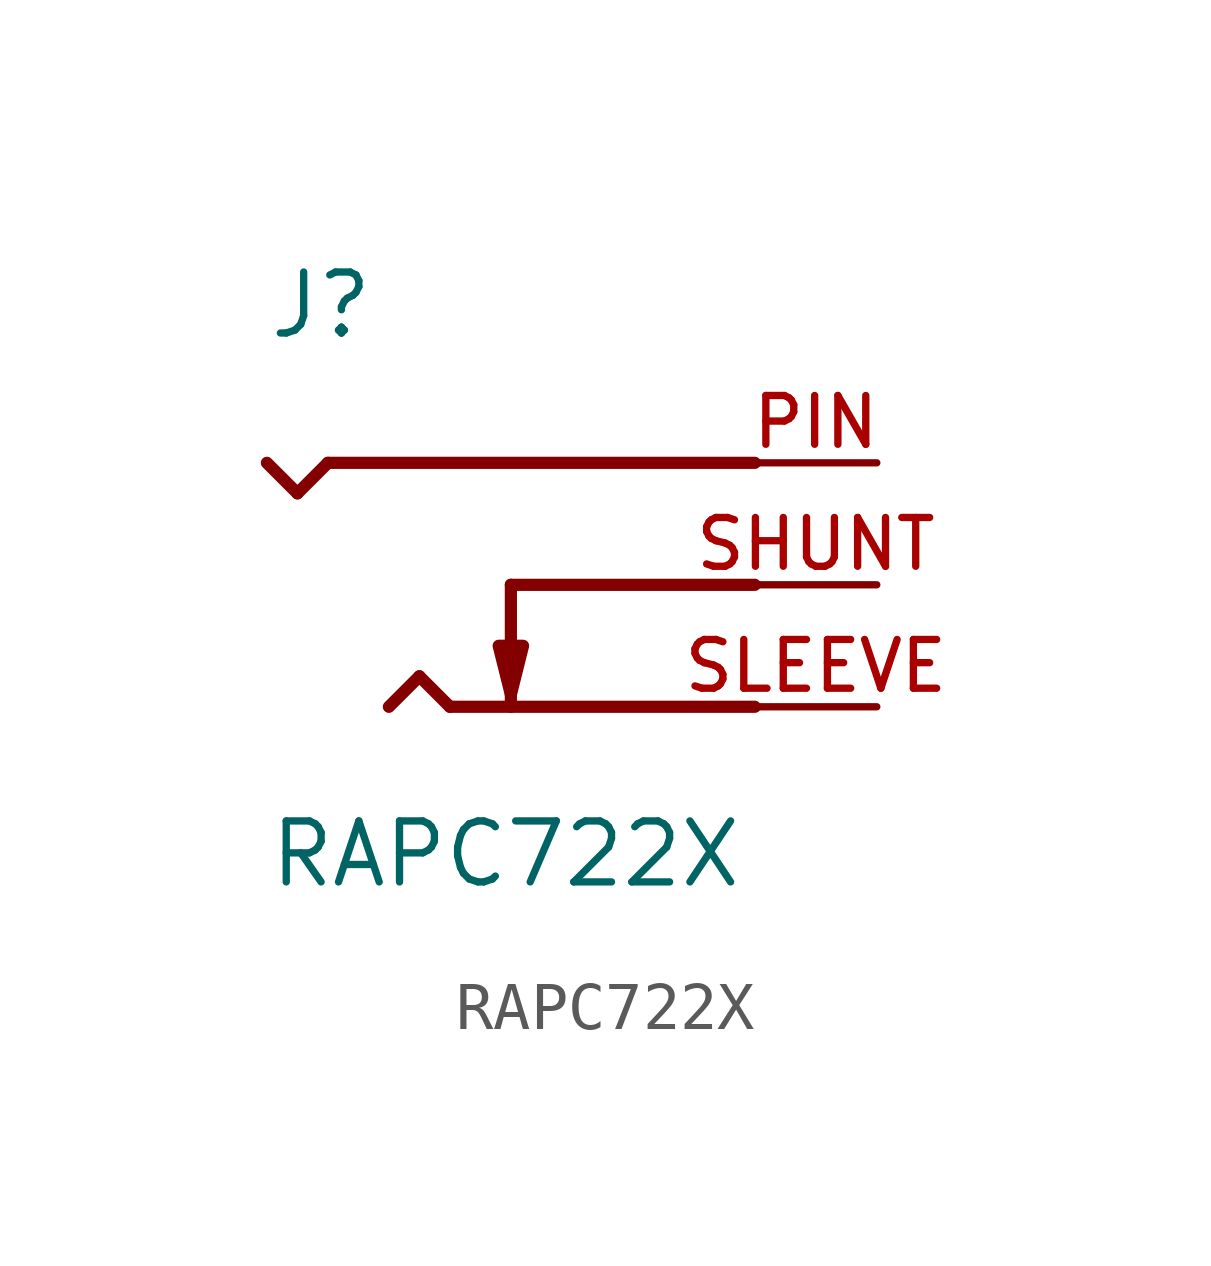
<source format=kicad_sym>
(kicad_symbol_lib
  (version 20241209)
  (generator "kicad_symbol_editor")
  (generator_version "9.0")
  (symbol "RAPC722X"
    (pin_names
      (offset 1.016))
    (property "Reference" "J"
      (at -5.08 5.08 0)
      (effects (font (size 1.27 1.27)) (justify left bottom)))
    (property "Value" "RAPC722X"
      (at -5.08 -6.35 0)
      (effects (font (size 1.27 1.27)) (justify left bottom)))
    (symbol "RAPC722X_0_0"
      (polyline (pts (xy -4.445 1.905) (xy -5.08 2.54)) (stroke (width 0.254) (type default)) (fill (type none)))
      (polyline (pts (xy -3.81 2.54) (xy -4.445 1.905)) (stroke (width 0.254) (type default)) (fill (type none)))
      (polyline (pts (xy -1.905 -1.905) (xy -2.54 -2.54)) (stroke (width 0.254) (type default)) (fill (type none)))
      (polyline (pts (xy -1.27 -2.54) (xy -1.905 -1.905)) (stroke (width 0.254) (type default)) (fill (type none)))
      (polyline (pts (xy 0 0) (xy 0 -2.54)) (stroke (width 0.254) (type default)) (fill (type none)))
      (polyline (pts (xy 0 0) (xy 5.08 0)) (stroke (width 0.254) (type default)) (fill (type none)))
      (polyline (pts (xy 0 -2.286) (xy 0.254 -1.27) (xy -0.254 -1.27) (xy 0 -2.286)) (stroke (width 0.254) (type default)) (fill (type outline)))
      (polyline (pts (xy 5.08 2.54) (xy -3.81 2.54)) (stroke (width 0.254) (type default)) (fill (type none)))
      (polyline (pts (xy 5.08 -2.54) (xy -1.27 -2.54)) (stroke (width 0.254) (type default)) (fill (type none)))
      (pin passive line (at 7.62 2.54 180) (length 2.54) (name "~" (effects (font (size 1.016 1.016)))) (number "PIN" (effects (font (size 1.016 1.016)))))
      (pin passive line (at 7.62 0 180) (length 2.54) (name "~" (effects (font (size 1.016 1.016)))) (number "SHUNT" (effects (font (size 1.016 1.016)))))
      (pin passive line (at 7.62 -2.54 180) (length 2.54) (name "~" (effects (font (size 1.016 1.016)))) (number "SLEEVE" (effects (font (size 1.016 1.016))))))))
</source>
